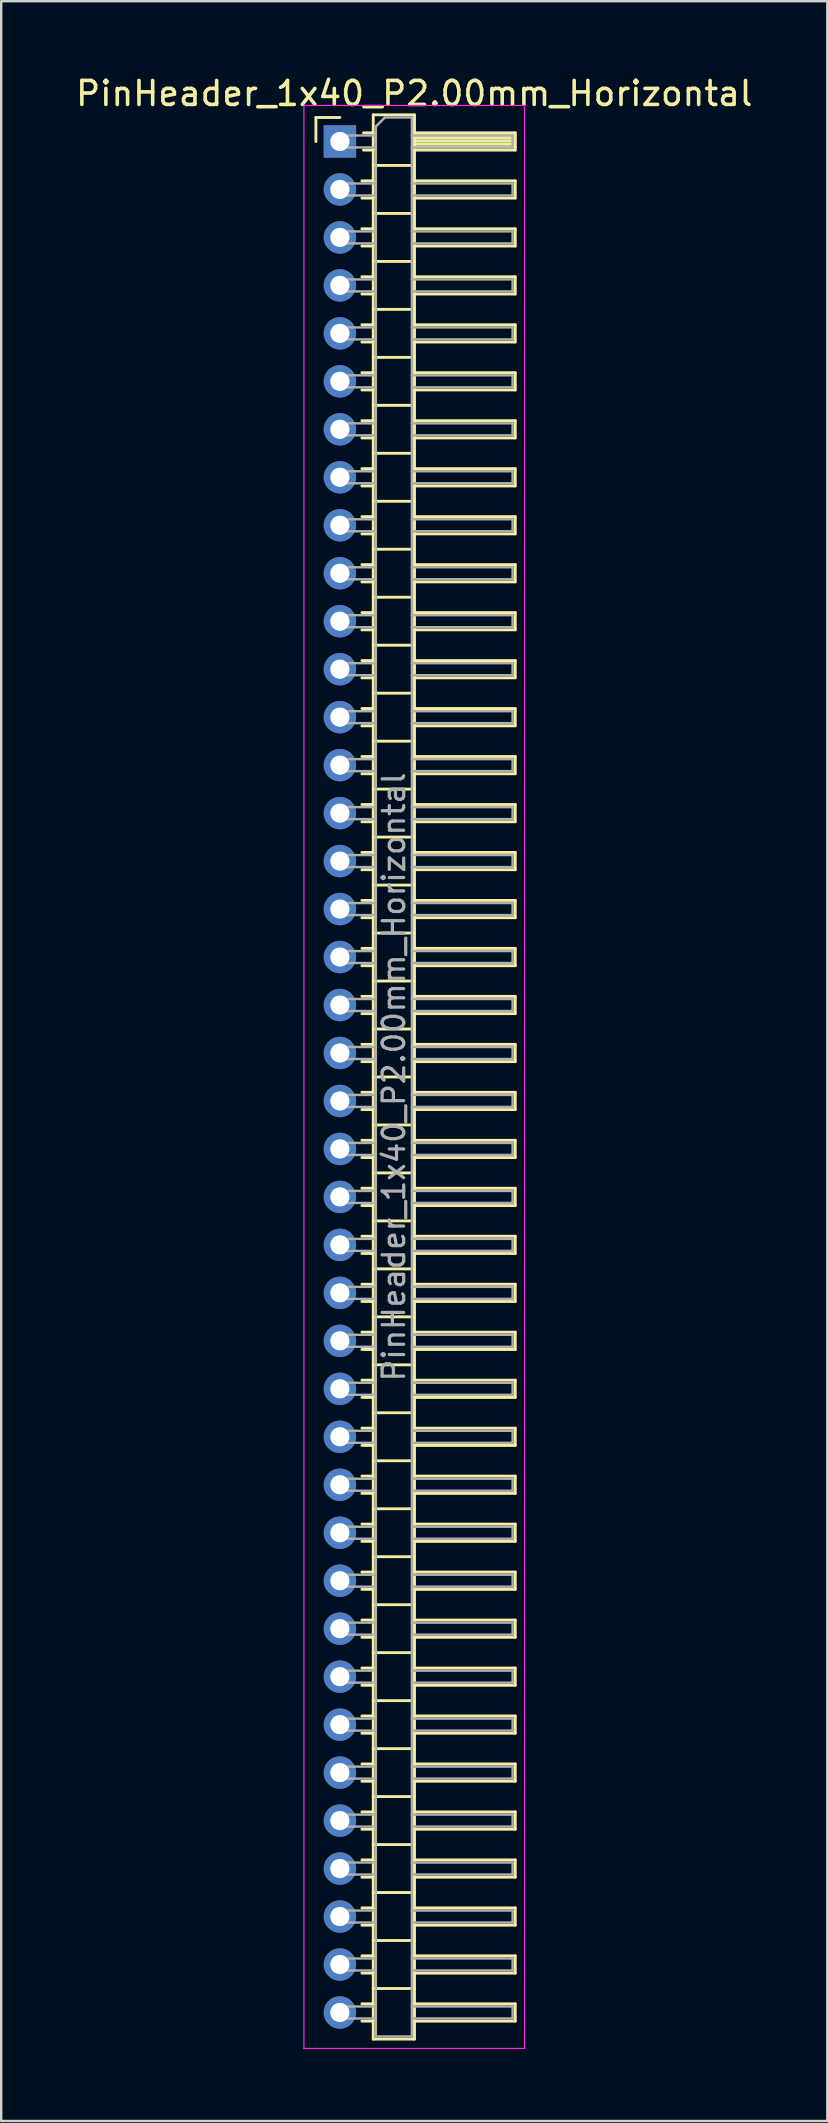
<source format=kicad_pcb>
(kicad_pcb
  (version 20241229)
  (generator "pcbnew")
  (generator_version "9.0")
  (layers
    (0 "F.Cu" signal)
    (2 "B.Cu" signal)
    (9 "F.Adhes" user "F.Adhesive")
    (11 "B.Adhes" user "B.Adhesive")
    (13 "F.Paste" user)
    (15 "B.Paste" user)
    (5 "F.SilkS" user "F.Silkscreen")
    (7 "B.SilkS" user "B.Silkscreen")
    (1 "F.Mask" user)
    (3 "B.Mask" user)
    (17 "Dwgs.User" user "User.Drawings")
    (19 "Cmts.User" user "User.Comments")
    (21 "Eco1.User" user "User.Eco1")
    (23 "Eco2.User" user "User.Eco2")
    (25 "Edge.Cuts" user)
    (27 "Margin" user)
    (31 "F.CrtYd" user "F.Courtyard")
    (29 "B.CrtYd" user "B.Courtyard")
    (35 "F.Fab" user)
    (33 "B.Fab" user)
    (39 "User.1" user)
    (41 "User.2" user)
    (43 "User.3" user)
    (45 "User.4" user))
  (footprint "PinHeader_1x40_P2.00mm_Horizontal"
    (layer "F.Cu")
    (at 11.12 2.848)
    (property "Reference" "PinHeader_1x40_P2.00mm_Horizontal" (at 3.1 -2 0) (layer "F.SilkS") (effects (font (size 1 1) (thickness 0.15))))
    (attr through_hole)
    (fp_line (start -1 -1) (end 0 -1) (stroke (width 0.12) (type solid)) (layer "F.SilkS"))
    (fp_line (start -1 0) (end -1 -1) (stroke (width 0.12) (type solid)) (layer "F.SilkS"))
    (fp_line (start 0.917 1.64) (end 1.39 1.64) (stroke (width 0.12) (type solid)) (layer "F.SilkS"))
    (fp_line (start 0.917 2.36) (end 1.39 2.36) (stroke (width 0.12) (type solid)) (layer "F.SilkS"))
    (fp_line (start 0.917 3.64) (end 1.39 3.64) (stroke (width 0.12) (type solid)) (layer "F.SilkS"))
    (fp_line (start 0.917 4.36) (end 1.39 4.36) (stroke (width 0.12) (type solid)) (layer "F.SilkS"))
    (fp_line (start 0.917 5.64) (end 1.39 5.64) (stroke (width 0.12) (type solid)) (layer "F.SilkS"))
    (fp_line (start 0.917 6.36) (end 1.39 6.36) (stroke (width 0.12) (type solid)) (layer "F.SilkS"))
    (fp_line (start 0.917 7.64) (end 1.39 7.64) (stroke (width 0.12) (type solid)) (layer "F.SilkS"))
    (fp_line (start 0.917 8.36) (end 1.39 8.36) (stroke (width 0.12) (type solid)) (layer "F.SilkS"))
    (fp_line (start 0.917 9.64) (end 1.39 9.64) (stroke (width 0.12) (type solid)) (layer "F.SilkS"))
    (fp_line (start 0.917 10.36) (end 1.39 10.36) (stroke (width 0.12) (type solid)) (layer "F.SilkS"))
    (fp_line (start 0.917 11.64) (end 1.39 11.64) (stroke (width 0.12) (type solid)) (layer "F.SilkS"))
    (fp_line (start 0.917 12.36) (end 1.39 12.36) (stroke (width 0.12) (type solid)) (layer "F.SilkS"))
    (fp_line (start 0.917 13.64) (end 1.39 13.64) (stroke (width 0.12) (type solid)) (layer "F.SilkS"))
    (fp_line (start 0.917 14.36) (end 1.39 14.36) (stroke (width 0.12) (type solid)) (layer "F.SilkS"))
    (fp_line (start 0.917 15.64) (end 1.39 15.64) (stroke (width 0.12) (type solid)) (layer "F.SilkS"))
    (fp_line (start 0.917 16.36) (end 1.39 16.36) (stroke (width 0.12) (type solid)) (layer "F.SilkS"))
    (fp_line (start 0.917 17.64) (end 1.39 17.64) (stroke (width 0.12) (type solid)) (layer "F.SilkS"))
    (fp_line (start 0.917 18.36) (end 1.39 18.36) (stroke (width 0.12) (type solid)) (layer "F.SilkS"))
    (fp_line (start 0.917 19.64) (end 1.39 19.64) (stroke (width 0.12) (type solid)) (layer "F.SilkS"))
    (fp_line (start 0.917 20.36) (end 1.39 20.36) (stroke (width 0.12) (type solid)) (layer "F.SilkS"))
    (fp_line (start 0.917 21.64) (end 1.39 21.64) (stroke (width 0.12) (type solid)) (layer "F.SilkS"))
    (fp_line (start 0.917 22.36) (end 1.39 22.36) (stroke (width 0.12) (type solid)) (layer "F.SilkS"))
    (fp_line (start 0.917 23.64) (end 1.39 23.64) (stroke (width 0.12) (type solid)) (layer "F.SilkS"))
    (fp_line (start 0.917 24.36) (end 1.39 24.36) (stroke (width 0.12) (type solid)) (layer "F.SilkS"))
    (fp_line (start 0.917 25.64) (end 1.39 25.64) (stroke (width 0.12) (type solid)) (layer "F.SilkS"))
    (fp_line (start 0.917 26.36) (end 1.39 26.36) (stroke (width 0.12) (type solid)) (layer "F.SilkS"))
    (fp_line (start 0.917 27.64) (end 1.39 27.64) (stroke (width 0.12) (type solid)) (layer "F.SilkS"))
    (fp_line (start 0.917 28.36) (end 1.39 28.36) (stroke (width 0.12) (type solid)) (layer "F.SilkS"))
    (fp_line (start 0.917 29.64) (end 1.39 29.64) (stroke (width 0.12) (type solid)) (layer "F.SilkS"))
    (fp_line (start 0.917 30.36) (end 1.39 30.36) (stroke (width 0.12) (type solid)) (layer "F.SilkS"))
    (fp_line (start 0.917 31.64) (end 1.39 31.64) (stroke (width 0.12) (type solid)) (layer "F.SilkS"))
    (fp_line (start 0.917 32.36) (end 1.39 32.36) (stroke (width 0.12) (type solid)) (layer "F.SilkS"))
    (fp_line (start 0.917 33.64) (end 1.39 33.64) (stroke (width 0.12) (type solid)) (layer "F.SilkS"))
    (fp_line (start 0.917 34.36) (end 1.39 34.36) (stroke (width 0.12) (type solid)) (layer "F.SilkS"))
    (fp_line (start 0.917 35.64) (end 1.39 35.64) (stroke (width 0.12) (type solid)) (layer "F.SilkS"))
    (fp_line (start 0.917 36.36) (end 1.39 36.36) (stroke (width 0.12) (type solid)) (layer "F.SilkS"))
    (fp_line (start 0.917 37.64) (end 1.39 37.64) (stroke (width 0.12) (type solid)) (layer "F.SilkS"))
    (fp_line (start 0.917 38.36) (end 1.39 38.36) (stroke (width 0.12) (type solid)) (layer "F.SilkS"))
    (fp_line (start 0.917 39.64) (end 1.39 39.64) (stroke (width 0.12) (type solid)) (layer "F.SilkS"))
    (fp_line (start 0.917 40.36) (end 1.39 40.36) (stroke (width 0.12) (type solid)) (layer "F.SilkS"))
    (fp_line (start 0.917 41.64) (end 1.39 41.64) (stroke (width 0.12) (type solid)) (layer "F.SilkS"))
    (fp_line (start 0.917 42.36) (end 1.39 42.36) (stroke (width 0.12) (type solid)) (layer "F.SilkS"))
    (fp_line (start 0.917 43.64) (end 1.39 43.64) (stroke (width 0.12) (type solid)) (layer "F.SilkS"))
    (fp_line (start 0.917 44.36) (end 1.39 44.36) (stroke (width 0.12) (type solid)) (layer "F.SilkS"))
    (fp_line (start 0.917 45.64) (end 1.39 45.64) (stroke (width 0.12) (type solid)) (layer "F.SilkS"))
    (fp_line (start 0.917 46.36) (end 1.39 46.36) (stroke (width 0.12) (type solid)) (layer "F.SilkS"))
    (fp_line (start 0.917 47.64) (end 1.39 47.64) (stroke (width 0.12) (type solid)) (layer "F.SilkS"))
    (fp_line (start 0.917 48.36) (end 1.39 48.36) (stroke (width 0.12) (type solid)) (layer "F.SilkS"))
    (fp_line (start 0.917 49.64) (end 1.39 49.64) (stroke (width 0.12) (type solid)) (layer "F.SilkS"))
    (fp_line (start 0.917 50.36) (end 1.39 50.36) (stroke (width 0.12) (type solid)) (layer "F.SilkS"))
    (fp_line (start 0.917 51.64) (end 1.39 51.64) (stroke (width 0.12) (type solid)) (layer "F.SilkS"))
    (fp_line (start 0.917 52.36) (end 1.39 52.36) (stroke (width 0.12) (type solid)) (layer "F.SilkS"))
    (fp_line (start 0.917 53.64) (end 1.39 53.64) (stroke (width 0.12) (type solid)) (layer "F.SilkS"))
    (fp_line (start 0.917 54.36) (end 1.39 54.36) (stroke (width 0.12) (type solid)) (layer "F.SilkS"))
    (fp_line (start 0.917 55.64) (end 1.39 55.64) (stroke (width 0.12) (type solid)) (layer "F.SilkS"))
    (fp_line (start 0.917 56.36) (end 1.39 56.36) (stroke (width 0.12) (type solid)) (layer "F.SilkS"))
    (fp_line (start 0.917 57.64) (end 1.39 57.64) (stroke (width 0.12) (type solid)) (layer "F.SilkS"))
    (fp_line (start 0.917 58.36) (end 1.39 58.36) (stroke (width 0.12) (type solid)) (layer "F.SilkS"))
    (fp_line (start 0.917 59.64) (end 1.39 59.64) (stroke (width 0.12) (type solid)) (layer "F.SilkS"))
    (fp_line (start 0.917 60.36) (end 1.39 60.36) (stroke (width 0.12) (type solid)) (layer "F.SilkS"))
    (fp_line (start 0.917 61.64) (end 1.39 61.64) (stroke (width 0.12) (type solid)) (layer "F.SilkS"))
    (fp_line (start 0.917 62.36) (end 1.39 62.36) (stroke (width 0.12) (type solid)) (layer "F.SilkS"))
    (fp_line (start 0.917 63.64) (end 1.39 63.64) (stroke (width 0.12) (type solid)) (layer "F.SilkS"))
    (fp_line (start 0.917 64.36) (end 1.39 64.36) (stroke (width 0.12) (type solid)) (layer "F.SilkS"))
    (fp_line (start 0.917 65.64) (end 1.39 65.64) (stroke (width 0.12) (type solid)) (layer "F.SilkS"))
    (fp_line (start 0.917 66.36) (end 1.39 66.36) (stroke (width 0.12) (type solid)) (layer "F.SilkS"))
    (fp_line (start 0.917 67.64) (end 1.39 67.64) (stroke (width 0.12) (type solid)) (layer "F.SilkS"))
    (fp_line (start 0.917 68.36) (end 1.39 68.36) (stroke (width 0.12) (type solid)) (layer "F.SilkS"))
    (fp_line (start 0.917 69.64) (end 1.39 69.64) (stroke (width 0.12) (type solid)) (layer "F.SilkS"))
    (fp_line (start 0.917 70.36) (end 1.39 70.36) (stroke (width 0.12) (type solid)) (layer "F.SilkS"))
    (fp_line (start 0.917 71.64) (end 1.39 71.64) (stroke (width 0.12) (type solid)) (layer "F.SilkS"))
    (fp_line (start 0.917 72.36) (end 1.39 72.36) (stroke (width 0.12) (type solid)) (layer "F.SilkS"))
    (fp_line (start 0.917 73.64) (end 1.39 73.64) (stroke (width 0.12) (type solid)) (layer "F.SilkS"))
    (fp_line (start 0.917 74.36) (end 1.39 74.36) (stroke (width 0.12) (type solid)) (layer "F.SilkS"))
    (fp_line (start 0.917 75.64) (end 1.39 75.64) (stroke (width 0.12) (type solid)) (layer "F.SilkS"))
    (fp_line (start 0.917 76.36) (end 1.39 76.36) (stroke (width 0.12) (type solid)) (layer "F.SilkS"))
    (fp_line (start 0.917 77.64) (end 1.39 77.64) (stroke (width 0.12) (type solid)) (layer "F.SilkS"))
    (fp_line (start 0.917 78.36) (end 1.39 78.36) (stroke (width 0.12) (type solid)) (layer "F.SilkS"))
    (fp_line (start 0.985 -0.36) (end 1.39 -0.36) (stroke (width 0.12) (type solid)) (layer "F.SilkS"))
    (fp_line (start 0.985 0.36) (end 1.39 0.36) (stroke (width 0.12) (type solid)) (layer "F.SilkS"))
    (fp_line (start 1.39 -1.11) (end 1.39 79.11) (stroke (width 0.12) (type solid)) (layer "F.SilkS"))
    (fp_line (start 1.39 1) (end 3.11 1) (stroke (width 0.12) (type solid)) (layer "F.SilkS"))
    (fp_line (start 1.39 3) (end 3.11 3) (stroke (width 0.12) (type solid)) (layer "F.SilkS"))
    (fp_line (start 1.39 5) (end 3.11 5) (stroke (width 0.12) (type solid)) (layer "F.SilkS"))
    (fp_line (start 1.39 7) (end 3.11 7) (stroke (width 0.12) (type solid)) (layer "F.SilkS"))
    (fp_line (start 1.39 9) (end 3.11 9) (stroke (width 0.12) (type solid)) (layer "F.SilkS"))
    (fp_line (start 1.39 11) (end 3.11 11) (stroke (width 0.12) (type solid)) (layer "F.SilkS"))
    (fp_line (start 1.39 13) (end 3.11 13) (stroke (width 0.12) (type solid)) (layer "F.SilkS"))
    (fp_line (start 1.39 15) (end 3.11 15) (stroke (width 0.12) (type solid)) (layer "F.SilkS"))
    (fp_line (start 1.39 17) (end 3.11 17) (stroke (width 0.12) (type solid)) (layer "F.SilkS"))
    (fp_line (start 1.39 19) (end 3.11 19) (stroke (width 0.12) (type solid)) (layer "F.SilkS"))
    (fp_line (start 1.39 21) (end 3.11 21) (stroke (width 0.12) (type solid)) (layer "F.SilkS"))
    (fp_line (start 1.39 23) (end 3.11 23) (stroke (width 0.12) (type solid)) (layer "F.SilkS"))
    (fp_line (start 1.39 25) (end 3.11 25) (stroke (width 0.12) (type solid)) (layer "F.SilkS"))
    (fp_line (start 1.39 27) (end 3.11 27) (stroke (width 0.12) (type solid)) (layer "F.SilkS"))
    (fp_line (start 1.39 29) (end 3.11 29) (stroke (width 0.12) (type solid)) (layer "F.SilkS"))
    (fp_line (start 1.39 31) (end 3.11 31) (stroke (width 0.12) (type solid)) (layer "F.SilkS"))
    (fp_line (start 1.39 33) (end 3.11 33) (stroke (width 0.12) (type solid)) (layer "F.SilkS"))
    (fp_line (start 1.39 35) (end 3.11 35) (stroke (width 0.12) (type solid)) (layer "F.SilkS"))
    (fp_line (start 1.39 37) (end 3.11 37) (stroke (width 0.12) (type solid)) (layer "F.SilkS"))
    (fp_line (start 1.39 39) (end 3.11 39) (stroke (width 0.12) (type solid)) (layer "F.SilkS"))
    (fp_line (start 1.39 41) (end 3.11 41) (stroke (width 0.12) (type solid)) (layer "F.SilkS"))
    (fp_line (start 1.39 43) (end 3.11 43) (stroke (width 0.12) (type solid)) (layer "F.SilkS"))
    (fp_line (start 1.39 45) (end 3.11 45) (stroke (width 0.12) (type solid)) (layer "F.SilkS"))
    (fp_line (start 1.39 47) (end 3.11 47) (stroke (width 0.12) (type solid)) (layer "F.SilkS"))
    (fp_line (start 1.39 49) (end 3.11 49) (stroke (width 0.12) (type solid)) (layer "F.SilkS"))
    (fp_line (start 1.39 51) (end 3.11 51) (stroke (width 0.12) (type solid)) (layer "F.SilkS"))
    (fp_line (start 1.39 53) (end 3.11 53) (stroke (width 0.12) (type solid)) (layer "F.SilkS"))
    (fp_line (start 1.39 55) (end 3.11 55) (stroke (width 0.12) (type solid)) (layer "F.SilkS"))
    (fp_line (start 1.39 57) (end 3.11 57) (stroke (width 0.12) (type solid)) (layer "F.SilkS"))
    (fp_line (start 1.39 59) (end 3.11 59) (stroke (width 0.12) (type solid)) (layer "F.SilkS"))
    (fp_line (start 1.39 61) (end 3.11 61) (stroke (width 0.12) (type solid)) (layer "F.SilkS"))
    (fp_line (start 1.39 63) (end 3.11 63) (stroke (width 0.12) (type solid)) (layer "F.SilkS"))
    (fp_line (start 1.39 65) (end 3.11 65) (stroke (width 0.12) (type solid)) (layer "F.SilkS"))
    (fp_line (start 1.39 67) (end 3.11 67) (stroke (width 0.12) (type solid)) (layer "F.SilkS"))
    (fp_line (start 1.39 69) (end 3.11 69) (stroke (width 0.12) (type solid)) (layer "F.SilkS"))
    (fp_line (start 1.39 71) (end 3.11 71) (stroke (width 0.12) (type solid)) (layer "F.SilkS"))
    (fp_line (start 1.39 73) (end 3.11 73) (stroke (width 0.12) (type solid)) (layer "F.SilkS"))
    (fp_line (start 1.39 75) (end 3.11 75) (stroke (width 0.12) (type solid)) (layer "F.SilkS"))
    (fp_line (start 1.39 77) (end 3.11 77) (stroke (width 0.12) (type solid)) (layer "F.SilkS"))
    (fp_line (start 1.39 79.11) (end 3.11 79.11) (stroke (width 0.12) (type solid)) (layer "F.SilkS"))
    (fp_line (start 3.11 -1.11) (end 1.39 -1.11) (stroke (width 0.12) (type solid)) (layer "F.SilkS"))
    (fp_line (start 3.11 -0.36) (end 7.31 -0.36) (stroke (width 0.12) (type solid)) (layer "F.SilkS"))
    (fp_line (start 3.11 -0.25) (end 7.31 -0.25) (stroke (width 0.12) (type solid)) (layer "F.SilkS"))
    (fp_line (start 3.11 -0.13) (end 7.31 -0.13) (stroke (width 0.12) (type solid)) (layer "F.SilkS"))
    (fp_line (start 3.11 -0.01) (end 7.31 -0.01) (stroke (width 0.12) (type solid)) (layer "F.SilkS"))
    (fp_line (start 3.11 0.11) (end 7.31 0.11) (stroke (width 0.12) (type solid)) (layer "F.SilkS"))
    (fp_line (start 3.11 0.23) (end 7.31 0.23) (stroke (width 0.12) (type solid)) (layer "F.SilkS"))
    (fp_line (start 3.11 1.64) (end 7.31 1.64) (stroke (width 0.12) (type solid)) (layer "F.SilkS"))
    (fp_line (start 3.11 3.64) (end 7.31 3.64) (stroke (width 0.12) (type solid)) (layer "F.SilkS"))
    (fp_line (start 3.11 5.64) (end 7.31 5.64) (stroke (width 0.12) (type solid)) (layer "F.SilkS"))
    (fp_line (start 3.11 7.64) (end 7.31 7.64) (stroke (width 0.12) (type solid)) (layer "F.SilkS"))
    (fp_line (start 3.11 9.64) (end 7.31 9.64) (stroke (width 0.12) (type solid)) (layer "F.SilkS"))
    (fp_line (start 3.11 11.64) (end 7.31 11.64) (stroke (width 0.12) (type solid)) (layer "F.SilkS"))
    (fp_line (start 3.11 13.64) (end 7.31 13.64) (stroke (width 0.12) (type solid)) (layer "F.SilkS"))
    (fp_line (start 3.11 15.64) (end 7.31 15.64) (stroke (width 0.12) (type solid)) (layer "F.SilkS"))
    (fp_line (start 3.11 17.64) (end 7.31 17.64) (stroke (width 0.12) (type solid)) (layer "F.SilkS"))
    (fp_line (start 3.11 19.64) (end 7.31 19.64) (stroke (width 0.12) (type solid)) (layer "F.SilkS"))
    (fp_line (start 3.11 21.64) (end 7.31 21.64) (stroke (width 0.12) (type solid)) (layer "F.SilkS"))
    (fp_line (start 3.11 23.64) (end 7.31 23.64) (stroke (width 0.12) (type solid)) (layer "F.SilkS"))
    (fp_line (start 3.11 25.64) (end 7.31 25.64) (stroke (width 0.12) (type solid)) (layer "F.SilkS"))
    (fp_line (start 3.11 27.64) (end 7.31 27.64) (stroke (width 0.12) (type solid)) (layer "F.SilkS"))
    (fp_line (start 3.11 29.64) (end 7.31 29.64) (stroke (width 0.12) (type solid)) (layer "F.SilkS"))
    (fp_line (start 3.11 31.64) (end 7.31 31.64) (stroke (width 0.12) (type solid)) (layer "F.SilkS"))
    (fp_line (start 3.11 33.64) (end 7.31 33.64) (stroke (width 0.12) (type solid)) (layer "F.SilkS"))
    (fp_line (start 3.11 35.64) (end 7.31 35.64) (stroke (width 0.12) (type solid)) (layer "F.SilkS"))
    (fp_line (start 3.11 37.64) (end 7.31 37.64) (stroke (width 0.12) (type solid)) (layer "F.SilkS"))
    (fp_line (start 3.11 39.64) (end 7.31 39.64) (stroke (width 0.12) (type solid)) (layer "F.SilkS"))
    (fp_line (start 3.11 41.64) (end 7.31 41.64) (stroke (width 0.12) (type solid)) (layer "F.SilkS"))
    (fp_line (start 3.11 43.64) (end 7.31 43.64) (stroke (width 0.12) (type solid)) (layer "F.SilkS"))
    (fp_line (start 3.11 45.64) (end 7.31 45.64) (stroke (width 0.12) (type solid)) (layer "F.SilkS"))
    (fp_line (start 3.11 47.64) (end 7.31 47.64) (stroke (width 0.12) (type solid)) (layer "F.SilkS"))
    (fp_line (start 3.11 49.64) (end 7.31 49.64) (stroke (width 0.12) (type solid)) (layer "F.SilkS"))
    (fp_line (start 3.11 51.64) (end 7.31 51.64) (stroke (width 0.12) (type solid)) (layer "F.SilkS"))
    (fp_line (start 3.11 53.64) (end 7.31 53.64) (stroke (width 0.12) (type solid)) (layer "F.SilkS"))
    (fp_line (start 3.11 55.64) (end 7.31 55.64) (stroke (width 0.12) (type solid)) (layer "F.SilkS"))
    (fp_line (start 3.11 57.64) (end 7.31 57.64) (stroke (width 0.12) (type solid)) (layer "F.SilkS"))
    (fp_line (start 3.11 59.64) (end 7.31 59.64) (stroke (width 0.12) (type solid)) (layer "F.SilkS"))
    (fp_line (start 3.11 61.64) (end 7.31 61.64) (stroke (width 0.12) (type solid)) (layer "F.SilkS"))
    (fp_line (start 3.11 63.64) (end 7.31 63.64) (stroke (width 0.12) (type solid)) (layer "F.SilkS"))
    (fp_line (start 3.11 65.64) (end 7.31 65.64) (stroke (width 0.12) (type solid)) (layer "F.SilkS"))
    (fp_line (start 3.11 67.64) (end 7.31 67.64) (stroke (width 0.12) (type solid)) (layer "F.SilkS"))
    (fp_line (start 3.11 69.64) (end 7.31 69.64) (stroke (width 0.12) (type solid)) (layer "F.SilkS"))
    (fp_line (start 3.11 71.64) (end 7.31 71.64) (stroke (width 0.12) (type solid)) (layer "F.SilkS"))
    (fp_line (start 3.11 73.64) (end 7.31 73.64) (stroke (width 0.12) (type solid)) (layer "F.SilkS"))
    (fp_line (start 3.11 75.64) (end 7.31 75.64) (stroke (width 0.12) (type solid)) (layer "F.SilkS"))
    (fp_line (start 3.11 77.64) (end 7.31 77.64) (stroke (width 0.12) (type solid)) (layer "F.SilkS"))
    (fp_line (start 3.11 79.11) (end 3.11 -1.11) (stroke (width 0.12) (type solid)) (layer "F.SilkS"))
    (fp_line (start 7.31 -0.36) (end 7.31 0.36) (stroke (width 0.12) (type solid)) (layer "F.SilkS"))
    (fp_line (start 7.31 0.36) (end 3.11 0.36) (stroke (width 0.12) (type solid)) (layer "F.SilkS"))
    (fp_line (start 7.31 1.64) (end 7.31 2.36) (stroke (width 0.12) (type solid)) (layer "F.SilkS"))
    (fp_line (start 7.31 2.36) (end 3.11 2.36) (stroke (width 0.12) (type solid)) (layer "F.SilkS"))
    (fp_line (start 7.31 3.64) (end 7.31 4.36) (stroke (width 0.12) (type solid)) (layer "F.SilkS"))
    (fp_line (start 7.31 4.36) (end 3.11 4.36) (stroke (width 0.12) (type solid)) (layer "F.SilkS"))
    (fp_line (start 7.31 5.64) (end 7.31 6.36) (stroke (width 0.12) (type solid)) (layer "F.SilkS"))
    (fp_line (start 7.31 6.36) (end 3.11 6.36) (stroke (width 0.12) (type solid)) (layer "F.SilkS"))
    (fp_line (start 7.31 7.64) (end 7.31 8.36) (stroke (width 0.12) (type solid)) (layer "F.SilkS"))
    (fp_line (start 7.31 8.36) (end 3.11 8.36) (stroke (width 0.12) (type solid)) (layer "F.SilkS"))
    (fp_line (start 7.31 9.64) (end 7.31 10.36) (stroke (width 0.12) (type solid)) (layer "F.SilkS"))
    (fp_line (start 7.31 10.36) (end 3.11 10.36) (stroke (width 0.12) (type solid)) (layer "F.SilkS"))
    (fp_line (start 7.31 11.64) (end 7.31 12.36) (stroke (width 0.12) (type solid)) (layer "F.SilkS"))
    (fp_line (start 7.31 12.36) (end 3.11 12.36) (stroke (width 0.12) (type solid)) (layer "F.SilkS"))
    (fp_line (start 7.31 13.64) (end 7.31 14.36) (stroke (width 0.12) (type solid)) (layer "F.SilkS"))
    (fp_line (start 7.31 14.36) (end 3.11 14.36) (stroke (width 0.12) (type solid)) (layer "F.SilkS"))
    (fp_line (start 7.31 15.64) (end 7.31 16.36) (stroke (width 0.12) (type solid)) (layer "F.SilkS"))
    (fp_line (start 7.31 16.36) (end 3.11 16.36) (stroke (width 0.12) (type solid)) (layer "F.SilkS"))
    (fp_line (start 7.31 17.64) (end 7.31 18.36) (stroke (width 0.12) (type solid)) (layer "F.SilkS"))
    (fp_line (start 7.31 18.36) (end 3.11 18.36) (stroke (width 0.12) (type solid)) (layer "F.SilkS"))
    (fp_line (start 7.31 19.64) (end 7.31 20.36) (stroke (width 0.12) (type solid)) (layer "F.SilkS"))
    (fp_line (start 7.31 20.36) (end 3.11 20.36) (stroke (width 0.12) (type solid)) (layer "F.SilkS"))
    (fp_line (start 7.31 21.64) (end 7.31 22.36) (stroke (width 0.12) (type solid)) (layer "F.SilkS"))
    (fp_line (start 7.31 22.36) (end 3.11 22.36) (stroke (width 0.12) (type solid)) (layer "F.SilkS"))
    (fp_line (start 7.31 23.64) (end 7.31 24.36) (stroke (width 0.12) (type solid)) (layer "F.SilkS"))
    (fp_line (start 7.31 24.36) (end 3.11 24.36) (stroke (width 0.12) (type solid)) (layer "F.SilkS"))
    (fp_line (start 7.31 25.64) (end 7.31 26.36) (stroke (width 0.12) (type solid)) (layer "F.SilkS"))
    (fp_line (start 7.31 26.36) (end 3.11 26.36) (stroke (width 0.12) (type solid)) (layer "F.SilkS"))
    (fp_line (start 7.31 27.64) (end 7.31 28.36) (stroke (width 0.12) (type solid)) (layer "F.SilkS"))
    (fp_line (start 7.31 28.36) (end 3.11 28.36) (stroke (width 0.12) (type solid)) (layer "F.SilkS"))
    (fp_line (start 7.31 29.64) (end 7.31 30.36) (stroke (width 0.12) (type solid)) (layer "F.SilkS"))
    (fp_line (start 7.31 30.36) (end 3.11 30.36) (stroke (width 0.12) (type solid)) (layer "F.SilkS"))
    (fp_line (start 7.31 31.64) (end 7.31 32.36) (stroke (width 0.12) (type solid)) (layer "F.SilkS"))
    (fp_line (start 7.31 32.36) (end 3.11 32.36) (stroke (width 0.12) (type solid)) (layer "F.SilkS"))
    (fp_line (start 7.31 33.64) (end 7.31 34.36) (stroke (width 0.12) (type solid)) (layer "F.SilkS"))
    (fp_line (start 7.31 34.36) (end 3.11 34.36) (stroke (width 0.12) (type solid)) (layer "F.SilkS"))
    (fp_line (start 7.31 35.64) (end 7.31 36.36) (stroke (width 0.12) (type solid)) (layer "F.SilkS"))
    (fp_line (start 7.31 36.36) (end 3.11 36.36) (stroke (width 0.12) (type solid)) (layer "F.SilkS"))
    (fp_line (start 7.31 37.64) (end 7.31 38.36) (stroke (width 0.12) (type solid)) (layer "F.SilkS"))
    (fp_line (start 7.31 38.36) (end 3.11 38.36) (stroke (width 0.12) (type solid)) (layer "F.SilkS"))
    (fp_line (start 7.31 39.64) (end 7.31 40.36) (stroke (width 0.12) (type solid)) (layer "F.SilkS"))
    (fp_line (start 7.31 40.36) (end 3.11 40.36) (stroke (width 0.12) (type solid)) (layer "F.SilkS"))
    (fp_line (start 7.31 41.64) (end 7.31 42.36) (stroke (width 0.12) (type solid)) (layer "F.SilkS"))
    (fp_line (start 7.31 42.36) (end 3.11 42.36) (stroke (width 0.12) (type solid)) (layer "F.SilkS"))
    (fp_line (start 7.31 43.64) (end 7.31 44.36) (stroke (width 0.12) (type solid)) (layer "F.SilkS"))
    (fp_line (start 7.31 44.36) (end 3.11 44.36) (stroke (width 0.12) (type solid)) (layer "F.SilkS"))
    (fp_line (start 7.31 45.64) (end 7.31 46.36) (stroke (width 0.12) (type solid)) (layer "F.SilkS"))
    (fp_line (start 7.31 46.36) (end 3.11 46.36) (stroke (width 0.12) (type solid)) (layer "F.SilkS"))
    (fp_line (start 7.31 47.64) (end 7.31 48.36) (stroke (width 0.12) (type solid)) (layer "F.SilkS"))
    (fp_line (start 7.31 48.36) (end 3.11 48.36) (stroke (width 0.12) (type solid)) (layer "F.SilkS"))
    (fp_line (start 7.31 49.64) (end 7.31 50.36) (stroke (width 0.12) (type solid)) (layer "F.SilkS"))
    (fp_line (start 7.31 50.36) (end 3.11 50.36) (stroke (width 0.12) (type solid)) (layer "F.SilkS"))
    (fp_line (start 7.31 51.64) (end 7.31 52.36) (stroke (width 0.12) (type solid)) (layer "F.SilkS"))
    (fp_line (start 7.31 52.36) (end 3.11 52.36) (stroke (width 0.12) (type solid)) (layer "F.SilkS"))
    (fp_line (start 7.31 53.64) (end 7.31 54.36) (stroke (width 0.12) (type solid)) (layer "F.SilkS"))
    (fp_line (start 7.31 54.36) (end 3.11 54.36) (stroke (width 0.12) (type solid)) (layer "F.SilkS"))
    (fp_line (start 7.31 55.64) (end 7.31 56.36) (stroke (width 0.12) (type solid)) (layer "F.SilkS"))
    (fp_line (start 7.31 56.36) (end 3.11 56.36) (stroke (width 0.12) (type solid)) (layer "F.SilkS"))
    (fp_line (start 7.31 57.64) (end 7.31 58.36) (stroke (width 0.12) (type solid)) (layer "F.SilkS"))
    (fp_line (start 7.31 58.36) (end 3.11 58.36) (stroke (width 0.12) (type solid)) (layer "F.SilkS"))
    (fp_line (start 7.31 59.64) (end 7.31 60.36) (stroke (width 0.12) (type solid)) (layer "F.SilkS"))
    (fp_line (start 7.31 60.36) (end 3.11 60.36) (stroke (width 0.12) (type solid)) (layer "F.SilkS"))
    (fp_line (start 7.31 61.64) (end 7.31 62.36) (stroke (width 0.12) (type solid)) (layer "F.SilkS"))
    (fp_line (start 7.31 62.36) (end 3.11 62.36) (stroke (width 0.12) (type solid)) (layer "F.SilkS"))
    (fp_line (start 7.31 63.64) (end 7.31 64.36) (stroke (width 0.12) (type solid)) (layer "F.SilkS"))
    (fp_line (start 7.31 64.36) (end 3.11 64.36) (stroke (width 0.12) (type solid)) (layer "F.SilkS"))
    (fp_line (start 7.31 65.64) (end 7.31 66.36) (stroke (width 0.12) (type solid)) (layer "F.SilkS"))
    (fp_line (start 7.31 66.36) (end 3.11 66.36) (stroke (width 0.12) (type solid)) (layer "F.SilkS"))
    (fp_line (start 7.31 67.64) (end 7.31 68.36) (stroke (width 0.12) (type solid)) (layer "F.SilkS"))
    (fp_line (start 7.31 68.36) (end 3.11 68.36) (stroke (width 0.12) (type solid)) (layer "F.SilkS"))
    (fp_line (start 7.31 69.64) (end 7.31 70.36) (stroke (width 0.12) (type solid)) (layer "F.SilkS"))
    (fp_line (start 7.31 70.36) (end 3.11 70.36) (stroke (width 0.12) (type solid)) (layer "F.SilkS"))
    (fp_line (start 7.31 71.64) (end 7.31 72.36) (stroke (width 0.12) (type solid)) (layer "F.SilkS"))
    (fp_line (start 7.31 72.36) (end 3.11 72.36) (stroke (width 0.12) (type solid)) (layer "F.SilkS"))
    (fp_line (start 7.31 73.64) (end 7.31 74.36) (stroke (width 0.12) (type solid)) (layer "F.SilkS"))
    (fp_line (start 7.31 74.36) (end 3.11 74.36) (stroke (width 0.12) (type solid)) (layer "F.SilkS"))
    (fp_line (start 7.31 75.64) (end 7.31 76.36) (stroke (width 0.12) (type solid)) (layer "F.SilkS"))
    (fp_line (start 7.31 76.36) (end 3.11 76.36) (stroke (width 0.12) (type solid)) (layer "F.SilkS"))
    (fp_line (start 7.31 77.64) (end 7.31 78.36) (stroke (width 0.12) (type solid)) (layer "F.SilkS"))
    (fp_line (start 7.31 78.36) (end 3.11 78.36) (stroke (width 0.12) (type solid)) (layer "F.SilkS"))
    (fp_line (start -1.5 -1.5) (end -1.5 79.5) (stroke (width 0.05) (type solid)) (layer "F.CrtYd"))
    (fp_line (start -1.5 79.5) (end 7.7 79.5) (stroke (width 0.05) (type solid)) (layer "F.CrtYd"))
    (fp_line (start 7.7 -1.5) (end -1.5 -1.5) (stroke (width 0.05) (type solid)) (layer "F.CrtYd"))
    (fp_line (start 7.7 79.5) (end 7.7 -1.5) (stroke (width 0.05) (type solid)) (layer "F.CrtYd"))
    (fp_line (start -0.25 -0.25) (end -0.25 0.25) (stroke (width 0.1) (type solid)) (layer "F.Fab"))
    (fp_line (start -0.25 -0.25) (end 1.5 -0.25) (stroke (width 0.1) (type solid)) (layer "F.Fab"))
    (fp_line (start -0.25 0.25) (end 1.5 0.25) (stroke (width 0.1) (type solid)) (layer "F.Fab"))
    (fp_line (start -0.25 1.75) (end -0.25 2.25) (stroke (width 0.1) (type solid)) (layer "F.Fab"))
    (fp_line (start -0.25 1.75) (end 1.5 1.75) (stroke (width 0.1) (type solid)) (layer "F.Fab"))
    (fp_line (start -0.25 2.25) (end 1.5 2.25) (stroke (width 0.1) (type solid)) (layer "F.Fab"))
    (fp_line (start -0.25 3.75) (end -0.25 4.25) (stroke (width 0.1) (type solid)) (layer "F.Fab"))
    (fp_line (start -0.25 3.75) (end 1.5 3.75) (stroke (width 0.1) (type solid)) (layer "F.Fab"))
    (fp_line (start -0.25 4.25) (end 1.5 4.25) (stroke (width 0.1) (type solid)) (layer "F.Fab"))
    (fp_line (start -0.25 5.75) (end -0.25 6.25) (stroke (width 0.1) (type solid)) (layer "F.Fab"))
    (fp_line (start -0.25 5.75) (end 1.5 5.75) (stroke (width 0.1) (type solid)) (layer "F.Fab"))
    (fp_line (start -0.25 6.25) (end 1.5 6.25) (stroke (width 0.1) (type solid)) (layer "F.Fab"))
    (fp_line (start -0.25 7.75) (end -0.25 8.25) (stroke (width 0.1) (type solid)) (layer "F.Fab"))
    (fp_line (start -0.25 7.75) (end 1.5 7.75) (stroke (width 0.1) (type solid)) (layer "F.Fab"))
    (fp_line (start -0.25 8.25) (end 1.5 8.25) (stroke (width 0.1) (type solid)) (layer "F.Fab"))
    (fp_line (start -0.25 9.75) (end -0.25 10.25) (stroke (width 0.1) (type solid)) (layer "F.Fab"))
    (fp_line (start -0.25 9.75) (end 1.5 9.75) (stroke (width 0.1) (type solid)) (layer "F.Fab"))
    (fp_line (start -0.25 10.25) (end 1.5 10.25) (stroke (width 0.1) (type solid)) (layer "F.Fab"))
    (fp_line (start -0.25 11.75) (end -0.25 12.25) (stroke (width 0.1) (type solid)) (layer "F.Fab"))
    (fp_line (start -0.25 11.75) (end 1.5 11.75) (stroke (width 0.1) (type solid)) (layer "F.Fab"))
    (fp_line (start -0.25 12.25) (end 1.5 12.25) (stroke (width 0.1) (type solid)) (layer "F.Fab"))
    (fp_line (start -0.25 13.75) (end -0.25 14.25) (stroke (width 0.1) (type solid)) (layer "F.Fab"))
    (fp_line (start -0.25 13.75) (end 1.5 13.75) (stroke (width 0.1) (type solid)) (layer "F.Fab"))
    (fp_line (start -0.25 14.25) (end 1.5 14.25) (stroke (width 0.1) (type solid)) (layer "F.Fab"))
    (fp_line (start -0.25 15.75) (end -0.25 16.25) (stroke (width 0.1) (type solid)) (layer "F.Fab"))
    (fp_line (start -0.25 15.75) (end 1.5 15.75) (stroke (width 0.1) (type solid)) (layer "F.Fab"))
    (fp_line (start -0.25 16.25) (end 1.5 16.25) (stroke (width 0.1) (type solid)) (layer "F.Fab"))
    (fp_line (start -0.25 17.75) (end -0.25 18.25) (stroke (width 0.1) (type solid)) (layer "F.Fab"))
    (fp_line (start -0.25 17.75) (end 1.5 17.75) (stroke (width 0.1) (type solid)) (layer "F.Fab"))
    (fp_line (start -0.25 18.25) (end 1.5 18.25) (stroke (width 0.1) (type solid)) (layer "F.Fab"))
    (fp_line (start -0.25 19.75) (end -0.25 20.25) (stroke (width 0.1) (type solid)) (layer "F.Fab"))
    (fp_line (start -0.25 19.75) (end 1.5 19.75) (stroke (width 0.1) (type solid)) (layer "F.Fab"))
    (fp_line (start -0.25 20.25) (end 1.5 20.25) (stroke (width 0.1) (type solid)) (layer "F.Fab"))
    (fp_line (start -0.25 21.75) (end -0.25 22.25) (stroke (width 0.1) (type solid)) (layer "F.Fab"))
    (fp_line (start -0.25 21.75) (end 1.5 21.75) (stroke (width 0.1) (type solid)) (layer "F.Fab"))
    (fp_line (start -0.25 22.25) (end 1.5 22.25) (stroke (width 0.1) (type solid)) (layer "F.Fab"))
    (fp_line (start -0.25 23.75) (end -0.25 24.25) (stroke (width 0.1) (type solid)) (layer "F.Fab"))
    (fp_line (start -0.25 23.75) (end 1.5 23.75) (stroke (width 0.1) (type solid)) (layer "F.Fab"))
    (fp_line (start -0.25 24.25) (end 1.5 24.25) (stroke (width 0.1) (type solid)) (layer "F.Fab"))
    (fp_line (start -0.25 25.75) (end -0.25 26.25) (stroke (width 0.1) (type solid)) (layer "F.Fab"))
    (fp_line (start -0.25 25.75) (end 1.5 25.75) (stroke (width 0.1) (type solid)) (layer "F.Fab"))
    (fp_line (start -0.25 26.25) (end 1.5 26.25) (stroke (width 0.1) (type solid)) (layer "F.Fab"))
    (fp_line (start -0.25 27.75) (end -0.25 28.25) (stroke (width 0.1) (type solid)) (layer "F.Fab"))
    (fp_line (start -0.25 27.75) (end 1.5 27.75) (stroke (width 0.1) (type solid)) (layer "F.Fab"))
    (fp_line (start -0.25 28.25) (end 1.5 28.25) (stroke (width 0.1) (type solid)) (layer "F.Fab"))
    (fp_line (start -0.25 29.75) (end -0.25 30.25) (stroke (width 0.1) (type solid)) (layer "F.Fab"))
    (fp_line (start -0.25 29.75) (end 1.5 29.75) (stroke (width 0.1) (type solid)) (layer "F.Fab"))
    (fp_line (start -0.25 30.25) (end 1.5 30.25) (stroke (width 0.1) (type solid)) (layer "F.Fab"))
    (fp_line (start -0.25 31.75) (end -0.25 32.25) (stroke (width 0.1) (type solid)) (layer "F.Fab"))
    (fp_line (start -0.25 31.75) (end 1.5 31.75) (stroke (width 0.1) (type solid)) (layer "F.Fab"))
    (fp_line (start -0.25 32.25) (end 1.5 32.25) (stroke (width 0.1) (type solid)) (layer "F.Fab"))
    (fp_line (start -0.25 33.75) (end -0.25 34.25) (stroke (width 0.1) (type solid)) (layer "F.Fab"))
    (fp_line (start -0.25 33.75) (end 1.5 33.75) (stroke (width 0.1) (type solid)) (layer "F.Fab"))
    (fp_line (start -0.25 34.25) (end 1.5 34.25) (stroke (width 0.1) (type solid)) (layer "F.Fab"))
    (fp_line (start -0.25 35.75) (end -0.25 36.25) (stroke (width 0.1) (type solid)) (layer "F.Fab"))
    (fp_line (start -0.25 35.75) (end 1.5 35.75) (stroke (width 0.1) (type solid)) (layer "F.Fab"))
    (fp_line (start -0.25 36.25) (end 1.5 36.25) (stroke (width 0.1) (type solid)) (layer "F.Fab"))
    (fp_line (start -0.25 37.75) (end -0.25 38.25) (stroke (width 0.1) (type solid)) (layer "F.Fab"))
    (fp_line (start -0.25 37.75) (end 1.5 37.75) (stroke (width 0.1) (type solid)) (layer "F.Fab"))
    (fp_line (start -0.25 38.25) (end 1.5 38.25) (stroke (width 0.1) (type solid)) (layer "F.Fab"))
    (fp_line (start -0.25 39.75) (end -0.25 40.25) (stroke (width 0.1) (type solid)) (layer "F.Fab"))
    (fp_line (start -0.25 39.75) (end 1.5 39.75) (stroke (width 0.1) (type solid)) (layer "F.Fab"))
    (fp_line (start -0.25 40.25) (end 1.5 40.25) (stroke (width 0.1) (type solid)) (layer "F.Fab"))
    (fp_line (start -0.25 41.75) (end -0.25 42.25) (stroke (width 0.1) (type solid)) (layer "F.Fab"))
    (fp_line (start -0.25 41.75) (end 1.5 41.75) (stroke (width 0.1) (type solid)) (layer "F.Fab"))
    (fp_line (start -0.25 42.25) (end 1.5 42.25) (stroke (width 0.1) (type solid)) (layer "F.Fab"))
    (fp_line (start -0.25 43.75) (end -0.25 44.25) (stroke (width 0.1) (type solid)) (layer "F.Fab"))
    (fp_line (start -0.25 43.75) (end 1.5 43.75) (stroke (width 0.1) (type solid)) (layer "F.Fab"))
    (fp_line (start -0.25 44.25) (end 1.5 44.25) (stroke (width 0.1) (type solid)) (layer "F.Fab"))
    (fp_line (start -0.25 45.75) (end -0.25 46.25) (stroke (width 0.1) (type solid)) (layer "F.Fab"))
    (fp_line (start -0.25 45.75) (end 1.5 45.75) (stroke (width 0.1) (type solid)) (layer "F.Fab"))
    (fp_line (start -0.25 46.25) (end 1.5 46.25) (stroke (width 0.1) (type solid)) (layer "F.Fab"))
    (fp_line (start -0.25 47.75) (end -0.25 48.25) (stroke (width 0.1) (type solid)) (layer "F.Fab"))
    (fp_line (start -0.25 47.75) (end 1.5 47.75) (stroke (width 0.1) (type solid)) (layer "F.Fab"))
    (fp_line (start -0.25 48.25) (end 1.5 48.25) (stroke (width 0.1) (type solid)) (layer "F.Fab"))
    (fp_line (start -0.25 49.75) (end -0.25 50.25) (stroke (width 0.1) (type solid)) (layer "F.Fab"))
    (fp_line (start -0.25 49.75) (end 1.5 49.75) (stroke (width 0.1) (type solid)) (layer "F.Fab"))
    (fp_line (start -0.25 50.25) (end 1.5 50.25) (stroke (width 0.1) (type solid)) (layer "F.Fab"))
    (fp_line (start -0.25 51.75) (end -0.25 52.25) (stroke (width 0.1) (type solid)) (layer "F.Fab"))
    (fp_line (start -0.25 51.75) (end 1.5 51.75) (stroke (width 0.1) (type solid)) (layer "F.Fab"))
    (fp_line (start -0.25 52.25) (end 1.5 52.25) (stroke (width 0.1) (type solid)) (layer "F.Fab"))
    (fp_line (start -0.25 53.75) (end -0.25 54.25) (stroke (width 0.1) (type solid)) (layer "F.Fab"))
    (fp_line (start -0.25 53.75) (end 1.5 53.75) (stroke (width 0.1) (type solid)) (layer "F.Fab"))
    (fp_line (start -0.25 54.25) (end 1.5 54.25) (stroke (width 0.1) (type solid)) (layer "F.Fab"))
    (fp_line (start -0.25 55.75) (end -0.25 56.25) (stroke (width 0.1) (type solid)) (layer "F.Fab"))
    (fp_line (start -0.25 55.75) (end 1.5 55.75) (stroke (width 0.1) (type solid)) (layer "F.Fab"))
    (fp_line (start -0.25 56.25) (end 1.5 56.25) (stroke (width 0.1) (type solid)) (layer "F.Fab"))
    (fp_line (start -0.25 57.75) (end -0.25 58.25) (stroke (width 0.1) (type solid)) (layer "F.Fab"))
    (fp_line (start -0.25 57.75) (end 1.5 57.75) (stroke (width 0.1) (type solid)) (layer "F.Fab"))
    (fp_line (start -0.25 58.25) (end 1.5 58.25) (stroke (width 0.1) (type solid)) (layer "F.Fab"))
    (fp_line (start -0.25 59.75) (end -0.25 60.25) (stroke (width 0.1) (type solid)) (layer "F.Fab"))
    (fp_line (start -0.25 59.75) (end 1.5 59.75) (stroke (width 0.1) (type solid)) (layer "F.Fab"))
    (fp_line (start -0.25 60.25) (end 1.5 60.25) (stroke (width 0.1) (type solid)) (layer "F.Fab"))
    (fp_line (start -0.25 61.75) (end -0.25 62.25) (stroke (width 0.1) (type solid)) (layer "F.Fab"))
    (fp_line (start -0.25 61.75) (end 1.5 61.75) (stroke (width 0.1) (type solid)) (layer "F.Fab"))
    (fp_line (start -0.25 62.25) (end 1.5 62.25) (stroke (width 0.1) (type solid)) (layer "F.Fab"))
    (fp_line (start -0.25 63.75) (end -0.25 64.25) (stroke (width 0.1) (type solid)) (layer "F.Fab"))
    (fp_line (start -0.25 63.75) (end 1.5 63.75) (stroke (width 0.1) (type solid)) (layer "F.Fab"))
    (fp_line (start -0.25 64.25) (end 1.5 64.25) (stroke (width 0.1) (type solid)) (layer "F.Fab"))
    (fp_line (start -0.25 65.75) (end -0.25 66.25) (stroke (width 0.1) (type solid)) (layer "F.Fab"))
    (fp_line (start -0.25 65.75) (end 1.5 65.75) (stroke (width 0.1) (type solid)) (layer "F.Fab"))
    (fp_line (start -0.25 66.25) (end 1.5 66.25) (stroke (width 0.1) (type solid)) (layer "F.Fab"))
    (fp_line (start -0.25 67.75) (end -0.25 68.25) (stroke (width 0.1) (type solid)) (layer "F.Fab"))
    (fp_line (start -0.25 67.75) (end 1.5 67.75) (stroke (width 0.1) (type solid)) (layer "F.Fab"))
    (fp_line (start -0.25 68.25) (end 1.5 68.25) (stroke (width 0.1) (type solid)) (layer "F.Fab"))
    (fp_line (start -0.25 69.75) (end -0.25 70.25) (stroke (width 0.1) (type solid)) (layer "F.Fab"))
    (fp_line (start -0.25 69.75) (end 1.5 69.75) (stroke (width 0.1) (type solid)) (layer "F.Fab"))
    (fp_line (start -0.25 70.25) (end 1.5 70.25) (stroke (width 0.1) (type solid)) (layer "F.Fab"))
    (fp_line (start -0.25 71.75) (end -0.25 72.25) (stroke (width 0.1) (type solid)) (layer "F.Fab"))
    (fp_line (start -0.25 71.75) (end 1.5 71.75) (stroke (width 0.1) (type solid)) (layer "F.Fab"))
    (fp_line (start -0.25 72.25) (end 1.5 72.25) (stroke (width 0.1) (type solid)) (layer "F.Fab"))
    (fp_line (start -0.25 73.75) (end -0.25 74.25) (stroke (width 0.1) (type solid)) (layer "F.Fab"))
    (fp_line (start -0.25 73.75) (end 1.5 73.75) (stroke (width 0.1) (type solid)) (layer "F.Fab"))
    (fp_line (start -0.25 74.25) (end 1.5 74.25) (stroke (width 0.1) (type solid)) (layer "F.Fab"))
    (fp_line (start -0.25 75.75) (end -0.25 76.25) (stroke (width 0.1) (type solid)) (layer "F.Fab"))
    (fp_line (start -0.25 75.75) (end 1.5 75.75) (stroke (width 0.1) (type solid)) (layer "F.Fab"))
    (fp_line (start -0.25 76.25) (end 1.5 76.25) (stroke (width 0.1) (type solid)) (layer "F.Fab"))
    (fp_line (start -0.25 77.75) (end -0.25 78.25) (stroke (width 0.1) (type solid)) (layer "F.Fab"))
    (fp_line (start -0.25 77.75) (end 1.5 77.75) (stroke (width 0.1) (type solid)) (layer "F.Fab"))
    (fp_line (start -0.25 78.25) (end 1.5 78.25) (stroke (width 0.1) (type solid)) (layer "F.Fab"))
    (fp_line (start 1.5 -0.625) (end 1.875 -1) (stroke (width 0.1) (type solid)) (layer "F.Fab"))
    (fp_line (start 1.5 79) (end 1.5 -0.625) (stroke (width 0.1) (type solid)) (layer "F.Fab"))
    (fp_line (start 1.875 -1) (end 3 -1) (stroke (width 0.1) (type solid)) (layer "F.Fab"))
    (fp_line (start 3 -1) (end 3 79) (stroke (width 0.1) (type solid)) (layer "F.Fab"))
    (fp_line (start 3 -0.25) (end 7.2 -0.25) (stroke (width 0.1) (type solid)) (layer "F.Fab"))
    (fp_line (start 3 0.25) (end 7.2 0.25) (stroke (width 0.1) (type solid)) (layer "F.Fab"))
    (fp_line (start 3 1.75) (end 7.2 1.75) (stroke (width 0.1) (type solid)) (layer "F.Fab"))
    (fp_line (start 3 2.25) (end 7.2 2.25) (stroke (width 0.1) (type solid)) (layer "F.Fab"))
    (fp_line (start 3 3.75) (end 7.2 3.75) (stroke (width 0.1) (type solid)) (layer "F.Fab"))
    (fp_line (start 3 4.25) (end 7.2 4.25) (stroke (width 0.1) (type solid)) (layer "F.Fab"))
    (fp_line (start 3 5.75) (end 7.2 5.75) (stroke (width 0.1) (type solid)) (layer "F.Fab"))
    (fp_line (start 3 6.25) (end 7.2 6.25) (stroke (width 0.1) (type solid)) (layer "F.Fab"))
    (fp_line (start 3 7.75) (end 7.2 7.75) (stroke (width 0.1) (type solid)) (layer "F.Fab"))
    (fp_line (start 3 8.25) (end 7.2 8.25) (stroke (width 0.1) (type solid)) (layer "F.Fab"))
    (fp_line (start 3 9.75) (end 7.2 9.75) (stroke (width 0.1) (type solid)) (layer "F.Fab"))
    (fp_line (start 3 10.25) (end 7.2 10.25) (stroke (width 0.1) (type solid)) (layer "F.Fab"))
    (fp_line (start 3 11.75) (end 7.2 11.75) (stroke (width 0.1) (type solid)) (layer "F.Fab"))
    (fp_line (start 3 12.25) (end 7.2 12.25) (stroke (width 0.1) (type solid)) (layer "F.Fab"))
    (fp_line (start 3 13.75) (end 7.2 13.75) (stroke (width 0.1) (type solid)) (layer "F.Fab"))
    (fp_line (start 3 14.25) (end 7.2 14.25) (stroke (width 0.1) (type solid)) (layer "F.Fab"))
    (fp_line (start 3 15.75) (end 7.2 15.75) (stroke (width 0.1) (type solid)) (layer "F.Fab"))
    (fp_line (start 3 16.25) (end 7.2 16.25) (stroke (width 0.1) (type solid)) (layer "F.Fab"))
    (fp_line (start 3 17.75) (end 7.2 17.75) (stroke (width 0.1) (type solid)) (layer "F.Fab"))
    (fp_line (start 3 18.25) (end 7.2 18.25) (stroke (width 0.1) (type solid)) (layer "F.Fab"))
    (fp_line (start 3 19.75) (end 7.2 19.75) (stroke (width 0.1) (type solid)) (layer "F.Fab"))
    (fp_line (start 3 20.25) (end 7.2 20.25) (stroke (width 0.1) (type solid)) (layer "F.Fab"))
    (fp_line (start 3 21.75) (end 7.2 21.75) (stroke (width 0.1) (type solid)) (layer "F.Fab"))
    (fp_line (start 3 22.25) (end 7.2 22.25) (stroke (width 0.1) (type solid)) (layer "F.Fab"))
    (fp_line (start 3 23.75) (end 7.2 23.75) (stroke (width 0.1) (type solid)) (layer "F.Fab"))
    (fp_line (start 3 24.25) (end 7.2 24.25) (stroke (width 0.1) (type solid)) (layer "F.Fab"))
    (fp_line (start 3 25.75) (end 7.2 25.75) (stroke (width 0.1) (type solid)) (layer "F.Fab"))
    (fp_line (start 3 26.25) (end 7.2 26.25) (stroke (width 0.1) (type solid)) (layer "F.Fab"))
    (fp_line (start 3 27.75) (end 7.2 27.75) (stroke (width 0.1) (type solid)) (layer "F.Fab"))
    (fp_line (start 3 28.25) (end 7.2 28.25) (stroke (width 0.1) (type solid)) (layer "F.Fab"))
    (fp_line (start 3 29.75) (end 7.2 29.75) (stroke (width 0.1) (type solid)) (layer "F.Fab"))
    (fp_line (start 3 30.25) (end 7.2 30.25) (stroke (width 0.1) (type solid)) (layer "F.Fab"))
    (fp_line (start 3 31.75) (end 7.2 31.75) (stroke (width 0.1) (type solid)) (layer "F.Fab"))
    (fp_line (start 3 32.25) (end 7.2 32.25) (stroke (width 0.1) (type solid)) (layer "F.Fab"))
    (fp_line (start 3 33.75) (end 7.2 33.75) (stroke (width 0.1) (type solid)) (layer "F.Fab"))
    (fp_line (start 3 34.25) (end 7.2 34.25) (stroke (width 0.1) (type solid)) (layer "F.Fab"))
    (fp_line (start 3 35.75) (end 7.2 35.75) (stroke (width 0.1) (type solid)) (layer "F.Fab"))
    (fp_line (start 3 36.25) (end 7.2 36.25) (stroke (width 0.1) (type solid)) (layer "F.Fab"))
    (fp_line (start 3 37.75) (end 7.2 37.75) (stroke (width 0.1) (type solid)) (layer "F.Fab"))
    (fp_line (start 3 38.25) (end 7.2 38.25) (stroke (width 0.1) (type solid)) (layer "F.Fab"))
    (fp_line (start 3 39.75) (end 7.2 39.75) (stroke (width 0.1) (type solid)) (layer "F.Fab"))
    (fp_line (start 3 40.25) (end 7.2 40.25) (stroke (width 0.1) (type solid)) (layer "F.Fab"))
    (fp_line (start 3 41.75) (end 7.2 41.75) (stroke (width 0.1) (type solid)) (layer "F.Fab"))
    (fp_line (start 3 42.25) (end 7.2 42.25) (stroke (width 0.1) (type solid)) (layer "F.Fab"))
    (fp_line (start 3 43.75) (end 7.2 43.75) (stroke (width 0.1) (type solid)) (layer "F.Fab"))
    (fp_line (start 3 44.25) (end 7.2 44.25) (stroke (width 0.1) (type solid)) (layer "F.Fab"))
    (fp_line (start 3 45.75) (end 7.2 45.75) (stroke (width 0.1) (type solid)) (layer "F.Fab"))
    (fp_line (start 3 46.25) (end 7.2 46.25) (stroke (width 0.1) (type solid)) (layer "F.Fab"))
    (fp_line (start 3 47.75) (end 7.2 47.75) (stroke (width 0.1) (type solid)) (layer "F.Fab"))
    (fp_line (start 3 48.25) (end 7.2 48.25) (stroke (width 0.1) (type solid)) (layer "F.Fab"))
    (fp_line (start 3 49.75) (end 7.2 49.75) (stroke (width 0.1) (type solid)) (layer "F.Fab"))
    (fp_line (start 3 50.25) (end 7.2 50.25) (stroke (width 0.1) (type solid)) (layer "F.Fab"))
    (fp_line (start 3 51.75) (end 7.2 51.75) (stroke (width 0.1) (type solid)) (layer "F.Fab"))
    (fp_line (start 3 52.25) (end 7.2 52.25) (stroke (width 0.1) (type solid)) (layer "F.Fab"))
    (fp_line (start 3 53.75) (end 7.2 53.75) (stroke (width 0.1) (type solid)) (layer "F.Fab"))
    (fp_line (start 3 54.25) (end 7.2 54.25) (stroke (width 0.1) (type solid)) (layer "F.Fab"))
    (fp_line (start 3 55.75) (end 7.2 55.75) (stroke (width 0.1) (type solid)) (layer "F.Fab"))
    (fp_line (start 3 56.25) (end 7.2 56.25) (stroke (width 0.1) (type solid)) (layer "F.Fab"))
    (fp_line (start 3 57.75) (end 7.2 57.75) (stroke (width 0.1) (type solid)) (layer "F.Fab"))
    (fp_line (start 3 58.25) (end 7.2 58.25) (stroke (width 0.1) (type solid)) (layer "F.Fab"))
    (fp_line (start 3 59.75) (end 7.2 59.75) (stroke (width 0.1) (type solid)) (layer "F.Fab"))
    (fp_line (start 3 60.25) (end 7.2 60.25) (stroke (width 0.1) (type solid)) (layer "F.Fab"))
    (fp_line (start 3 61.75) (end 7.2 61.75) (stroke (width 0.1) (type solid)) (layer "F.Fab"))
    (fp_line (start 3 62.25) (end 7.2 62.25) (stroke (width 0.1) (type solid)) (layer "F.Fab"))
    (fp_line (start 3 63.75) (end 7.2 63.75) (stroke (width 0.1) (type solid)) (layer "F.Fab"))
    (fp_line (start 3 64.25) (end 7.2 64.25) (stroke (width 0.1) (type solid)) (layer "F.Fab"))
    (fp_line (start 3 65.75) (end 7.2 65.75) (stroke (width 0.1) (type solid)) (layer "F.Fab"))
    (fp_line (start 3 66.25) (end 7.2 66.25) (stroke (width 0.1) (type solid)) (layer "F.Fab"))
    (fp_line (start 3 67.75) (end 7.2 67.75) (stroke (width 0.1) (type solid)) (layer "F.Fab"))
    (fp_line (start 3 68.25) (end 7.2 68.25) (stroke (width 0.1) (type solid)) (layer "F.Fab"))
    (fp_line (start 3 69.75) (end 7.2 69.75) (stroke (width 0.1) (type solid)) (layer "F.Fab"))
    (fp_line (start 3 70.25) (end 7.2 70.25) (stroke (width 0.1) (type solid)) (layer "F.Fab"))
    (fp_line (start 3 71.75) (end 7.2 71.75) (stroke (width 0.1) (type solid)) (layer "F.Fab"))
    (fp_line (start 3 72.25) (end 7.2 72.25) (stroke (width 0.1) (type solid)) (layer "F.Fab"))
    (fp_line (start 3 73.75) (end 7.2 73.75) (stroke (width 0.1) (type solid)) (layer "F.Fab"))
    (fp_line (start 3 74.25) (end 7.2 74.25) (stroke (width 0.1) (type solid)) (layer "F.Fab"))
    (fp_line (start 3 75.75) (end 7.2 75.75) (stroke (width 0.1) (type solid)) (layer "F.Fab"))
    (fp_line (start 3 76.25) (end 7.2 76.25) (stroke (width 0.1) (type solid)) (layer "F.Fab"))
    (fp_line (start 3 77.75) (end 7.2 77.75) (stroke (width 0.1) (type solid)) (layer "F.Fab"))
    (fp_line (start 3 78.25) (end 7.2 78.25) (stroke (width 0.1) (type solid)) (layer "F.Fab"))
    (fp_line (start 3 79) (end 1.5 79) (stroke (width 0.1) (type solid)) (layer "F.Fab"))
    (fp_line (start 7.2 -0.25) (end 7.2 0.25) (stroke (width 0.1) (type solid)) (layer "F.Fab"))
    (fp_line (start 7.2 1.75) (end 7.2 2.25) (stroke (width 0.1) (type solid)) (layer "F.Fab"))
    (fp_line (start 7.2 3.75) (end 7.2 4.25) (stroke (width 0.1) (type solid)) (layer "F.Fab"))
    (fp_line (start 7.2 5.75) (end 7.2 6.25) (stroke (width 0.1) (type solid)) (layer "F.Fab"))
    (fp_line (start 7.2 7.75) (end 7.2 8.25) (stroke (width 0.1) (type solid)) (layer "F.Fab"))
    (fp_line (start 7.2 9.75) (end 7.2 10.25) (stroke (width 0.1) (type solid)) (layer "F.Fab"))
    (fp_line (start 7.2 11.75) (end 7.2 12.25) (stroke (width 0.1) (type solid)) (layer "F.Fab"))
    (fp_line (start 7.2 13.75) (end 7.2 14.25) (stroke (width 0.1) (type solid)) (layer "F.Fab"))
    (fp_line (start 7.2 15.75) (end 7.2 16.25) (stroke (width 0.1) (type solid)) (layer "F.Fab"))
    (fp_line (start 7.2 17.75) (end 7.2 18.25) (stroke (width 0.1) (type solid)) (layer "F.Fab"))
    (fp_line (start 7.2 19.75) (end 7.2 20.25) (stroke (width 0.1) (type solid)) (layer "F.Fab"))
    (fp_line (start 7.2 21.75) (end 7.2 22.25) (stroke (width 0.1) (type solid)) (layer "F.Fab"))
    (fp_line (start 7.2 23.75) (end 7.2 24.25) (stroke (width 0.1) (type solid)) (layer "F.Fab"))
    (fp_line (start 7.2 25.75) (end 7.2 26.25) (stroke (width 0.1) (type solid)) (layer "F.Fab"))
    (fp_line (start 7.2 27.75) (end 7.2 28.25) (stroke (width 0.1) (type solid)) (layer "F.Fab"))
    (fp_line (start 7.2 29.75) (end 7.2 30.25) (stroke (width 0.1) (type solid)) (layer "F.Fab"))
    (fp_line (start 7.2 31.75) (end 7.2 32.25) (stroke (width 0.1) (type solid)) (layer "F.Fab"))
    (fp_line (start 7.2 33.75) (end 7.2 34.25) (stroke (width 0.1) (type solid)) (layer "F.Fab"))
    (fp_line (start 7.2 35.75) (end 7.2 36.25) (stroke (width 0.1) (type solid)) (layer "F.Fab"))
    (fp_line (start 7.2 37.75) (end 7.2 38.25) (stroke (width 0.1) (type solid)) (layer "F.Fab"))
    (fp_line (start 7.2 39.75) (end 7.2 40.25) (stroke (width 0.1) (type solid)) (layer "F.Fab"))
    (fp_line (start 7.2 41.75) (end 7.2 42.25) (stroke (width 0.1) (type solid)) (layer "F.Fab"))
    (fp_line (start 7.2 43.75) (end 7.2 44.25) (stroke (width 0.1) (type solid)) (layer "F.Fab"))
    (fp_line (start 7.2 45.75) (end 7.2 46.25) (stroke (width 0.1) (type solid)) (layer "F.Fab"))
    (fp_line (start 7.2 47.75) (end 7.2 48.25) (stroke (width 0.1) (type solid)) (layer "F.Fab"))
    (fp_line (start 7.2 49.75) (end 7.2 50.25) (stroke (width 0.1) (type solid)) (layer "F.Fab"))
    (fp_line (start 7.2 51.75) (end 7.2 52.25) (stroke (width 0.1) (type solid)) (layer "F.Fab"))
    (fp_line (start 7.2 53.75) (end 7.2 54.25) (stroke (width 0.1) (type solid)) (layer "F.Fab"))
    (fp_line (start 7.2 55.75) (end 7.2 56.25) (stroke (width 0.1) (type solid)) (layer "F.Fab"))
    (fp_line (start 7.2 57.75) (end 7.2 58.25) (stroke (width 0.1) (type solid)) (layer "F.Fab"))
    (fp_line (start 7.2 59.75) (end 7.2 60.25) (stroke (width 0.1) (type solid)) (layer "F.Fab"))
    (fp_line (start 7.2 61.75) (end 7.2 62.25) (stroke (width 0.1) (type solid)) (layer "F.Fab"))
    (fp_line (start 7.2 63.75) (end 7.2 64.25) (stroke (width 0.1) (type solid)) (layer "F.Fab"))
    (fp_line (start 7.2 65.75) (end 7.2 66.25) (stroke (width 0.1) (type solid)) (layer "F.Fab"))
    (fp_line (start 7.2 67.75) (end 7.2 68.25) (stroke (width 0.1) (type solid)) (layer "F.Fab"))
    (fp_line (start 7.2 69.75) (end 7.2 70.25) (stroke (width 0.1) (type solid)) (layer "F.Fab"))
    (fp_line (start 7.2 71.75) (end 7.2 72.25) (stroke (width 0.1) (type solid)) (layer "F.Fab"))
    (fp_line (start 7.2 73.75) (end 7.2 74.25) (stroke (width 0.1) (type solid)) (layer "F.Fab"))
    (fp_line (start 7.2 75.75) (end 7.2 76.25) (stroke (width 0.1) (type solid)) (layer "F.Fab"))
    (fp_line (start 7.2 77.75) (end 7.2 78.25) (stroke (width 0.1) (type solid)) (layer "F.Fab"))
    (fp_text user "${REFERENCE}" (at 2.25 39 90) (layer "F.Fab") (effects (font (size 0.9 0.9) (thickness 0.135))))
    (pad "1" thru_hole rect (at 0 0) (size 1.35 1.35) (drill 0.8) (layers "*.Cu" "*.Mask"))
    (pad "2" thru_hole circle (at 0 2) (size 1.35 1.35) (drill 0.8) (layers "*.Cu" "*.Mask"))
    (pad "3" thru_hole circle (at 0 4) (size 1.35 1.35) (drill 0.8) (layers "*.Cu" "*.Mask"))
    (pad "4" thru_hole circle (at 0 6) (size 1.35 1.35) (drill 0.8) (layers "*.Cu" "*.Mask"))
    (pad "5" thru_hole circle (at 0 8) (size 1.35 1.35) (drill 0.8) (layers "*.Cu" "*.Mask"))
    (pad "6" thru_hole circle (at 0 10) (size 1.35 1.35) (drill 0.8) (layers "*.Cu" "*.Mask"))
    (pad "7" thru_hole circle (at 0 12) (size 1.35 1.35) (drill 0.8) (layers "*.Cu" "*.Mask"))
    (pad "8" thru_hole circle (at 0 14) (size 1.35 1.35) (drill 0.8) (layers "*.Cu" "*.Mask"))
    (pad "9" thru_hole circle (at 0 16) (size 1.35 1.35) (drill 0.8) (layers "*.Cu" "*.Mask"))
    (pad "10" thru_hole circle (at 0 18) (size 1.35 1.35) (drill 0.8) (layers "*.Cu" "*.Mask"))
    (pad "11" thru_hole circle (at 0 20) (size 1.35 1.35) (drill 0.8) (layers "*.Cu" "*.Mask"))
    (pad "12" thru_hole circle (at 0 22) (size 1.35 1.35) (drill 0.8) (layers "*.Cu" "*.Mask"))
    (pad "13" thru_hole circle (at 0 24) (size 1.35 1.35) (drill 0.8) (layers "*.Cu" "*.Mask"))
    (pad "14" thru_hole circle (at 0 26) (size 1.35 1.35) (drill 0.8) (layers "*.Cu" "*.Mask"))
    (pad "15" thru_hole circle (at 0 28) (size 1.35 1.35) (drill 0.8) (layers "*.Cu" "*.Mask"))
    (pad "16" thru_hole circle (at 0 30) (size 1.35 1.35) (drill 0.8) (layers "*.Cu" "*.Mask"))
    (pad "17" thru_hole circle (at 0 32) (size 1.35 1.35) (drill 0.8) (layers "*.Cu" "*.Mask"))
    (pad "18" thru_hole circle (at 0 34) (size 1.35 1.35) (drill 0.8) (layers "*.Cu" "*.Mask"))
    (pad "19" thru_hole circle (at 0 36) (size 1.35 1.35) (drill 0.8) (layers "*.Cu" "*.Mask"))
    (pad "20" thru_hole circle (at 0 38) (size 1.35 1.35) (drill 0.8) (layers "*.Cu" "*.Mask"))
    (pad "21" thru_hole circle (at 0 40) (size 1.35 1.35) (drill 0.8) (layers "*.Cu" "*.Mask"))
    (pad "22" thru_hole circle (at 0 42) (size 1.35 1.35) (drill 0.8) (layers "*.Cu" "*.Mask"))
    (pad "23" thru_hole circle (at 0 44) (size 1.35 1.35) (drill 0.8) (layers "*.Cu" "*.Mask"))
    (pad "24" thru_hole circle (at 0 46) (size 1.35 1.35) (drill 0.8) (layers "*.Cu" "*.Mask"))
    (pad "25" thru_hole circle (at 0 48) (size 1.35 1.35) (drill 0.8) (layers "*.Cu" "*.Mask"))
    (pad "26" thru_hole circle (at 0 50) (size 1.35 1.35) (drill 0.8) (layers "*.Cu" "*.Mask"))
    (pad "27" thru_hole circle (at 0 52) (size 1.35 1.35) (drill 0.8) (layers "*.Cu" "*.Mask"))
    (pad "28" thru_hole circle (at 0 54) (size 1.35 1.35) (drill 0.8) (layers "*.Cu" "*.Mask"))
    (pad "29" thru_hole circle (at 0 56) (size 1.35 1.35) (drill 0.8) (layers "*.Cu" "*.Mask"))
    (pad "30" thru_hole circle (at 0 58) (size 1.35 1.35) (drill 0.8) (layers "*.Cu" "*.Mask"))
    (pad "31" thru_hole circle (at 0 60) (size 1.35 1.35) (drill 0.8) (layers "*.Cu" "*.Mask"))
    (pad "32" thru_hole circle (at 0 62) (size 1.35 1.35) (drill 0.8) (layers "*.Cu" "*.Mask"))
    (pad "33" thru_hole circle (at 0 64) (size 1.35 1.35) (drill 0.8) (layers "*.Cu" "*.Mask"))
    (pad "34" thru_hole circle (at 0 66) (size 1.35 1.35) (drill 0.8) (layers "*.Cu" "*.Mask"))
    (pad "35" thru_hole circle (at 0 68) (size 1.35 1.35) (drill 0.8) (layers "*.Cu" "*.Mask"))
    (pad "36" thru_hole circle (at 0 70) (size 1.35 1.35) (drill 0.8) (layers "*.Cu" "*.Mask"))
    (pad "37" thru_hole circle (at 0 72) (size 1.35 1.35) (drill 0.8) (layers "*.Cu" "*.Mask"))
    (pad "38" thru_hole circle (at 0 74) (size 1.35 1.35) (drill 0.8) (layers "*.Cu" "*.Mask"))
    (pad "39" thru_hole circle (at 0 76) (size 1.35 1.35) (drill 0.8) (layers "*.Cu" "*.Mask"))
    (pad "40" thru_hole circle (at 0 78) (size 1.35 1.35) (drill 0.8) (layers "*.Cu" "*.Mask")))
  (gr_rect
    (start -3 -3)
    (end 31.44 85.373)
    (stroke (width 0.1) (type default))
    (fill no)
    (layer "Edge.Cuts")))
</source>
